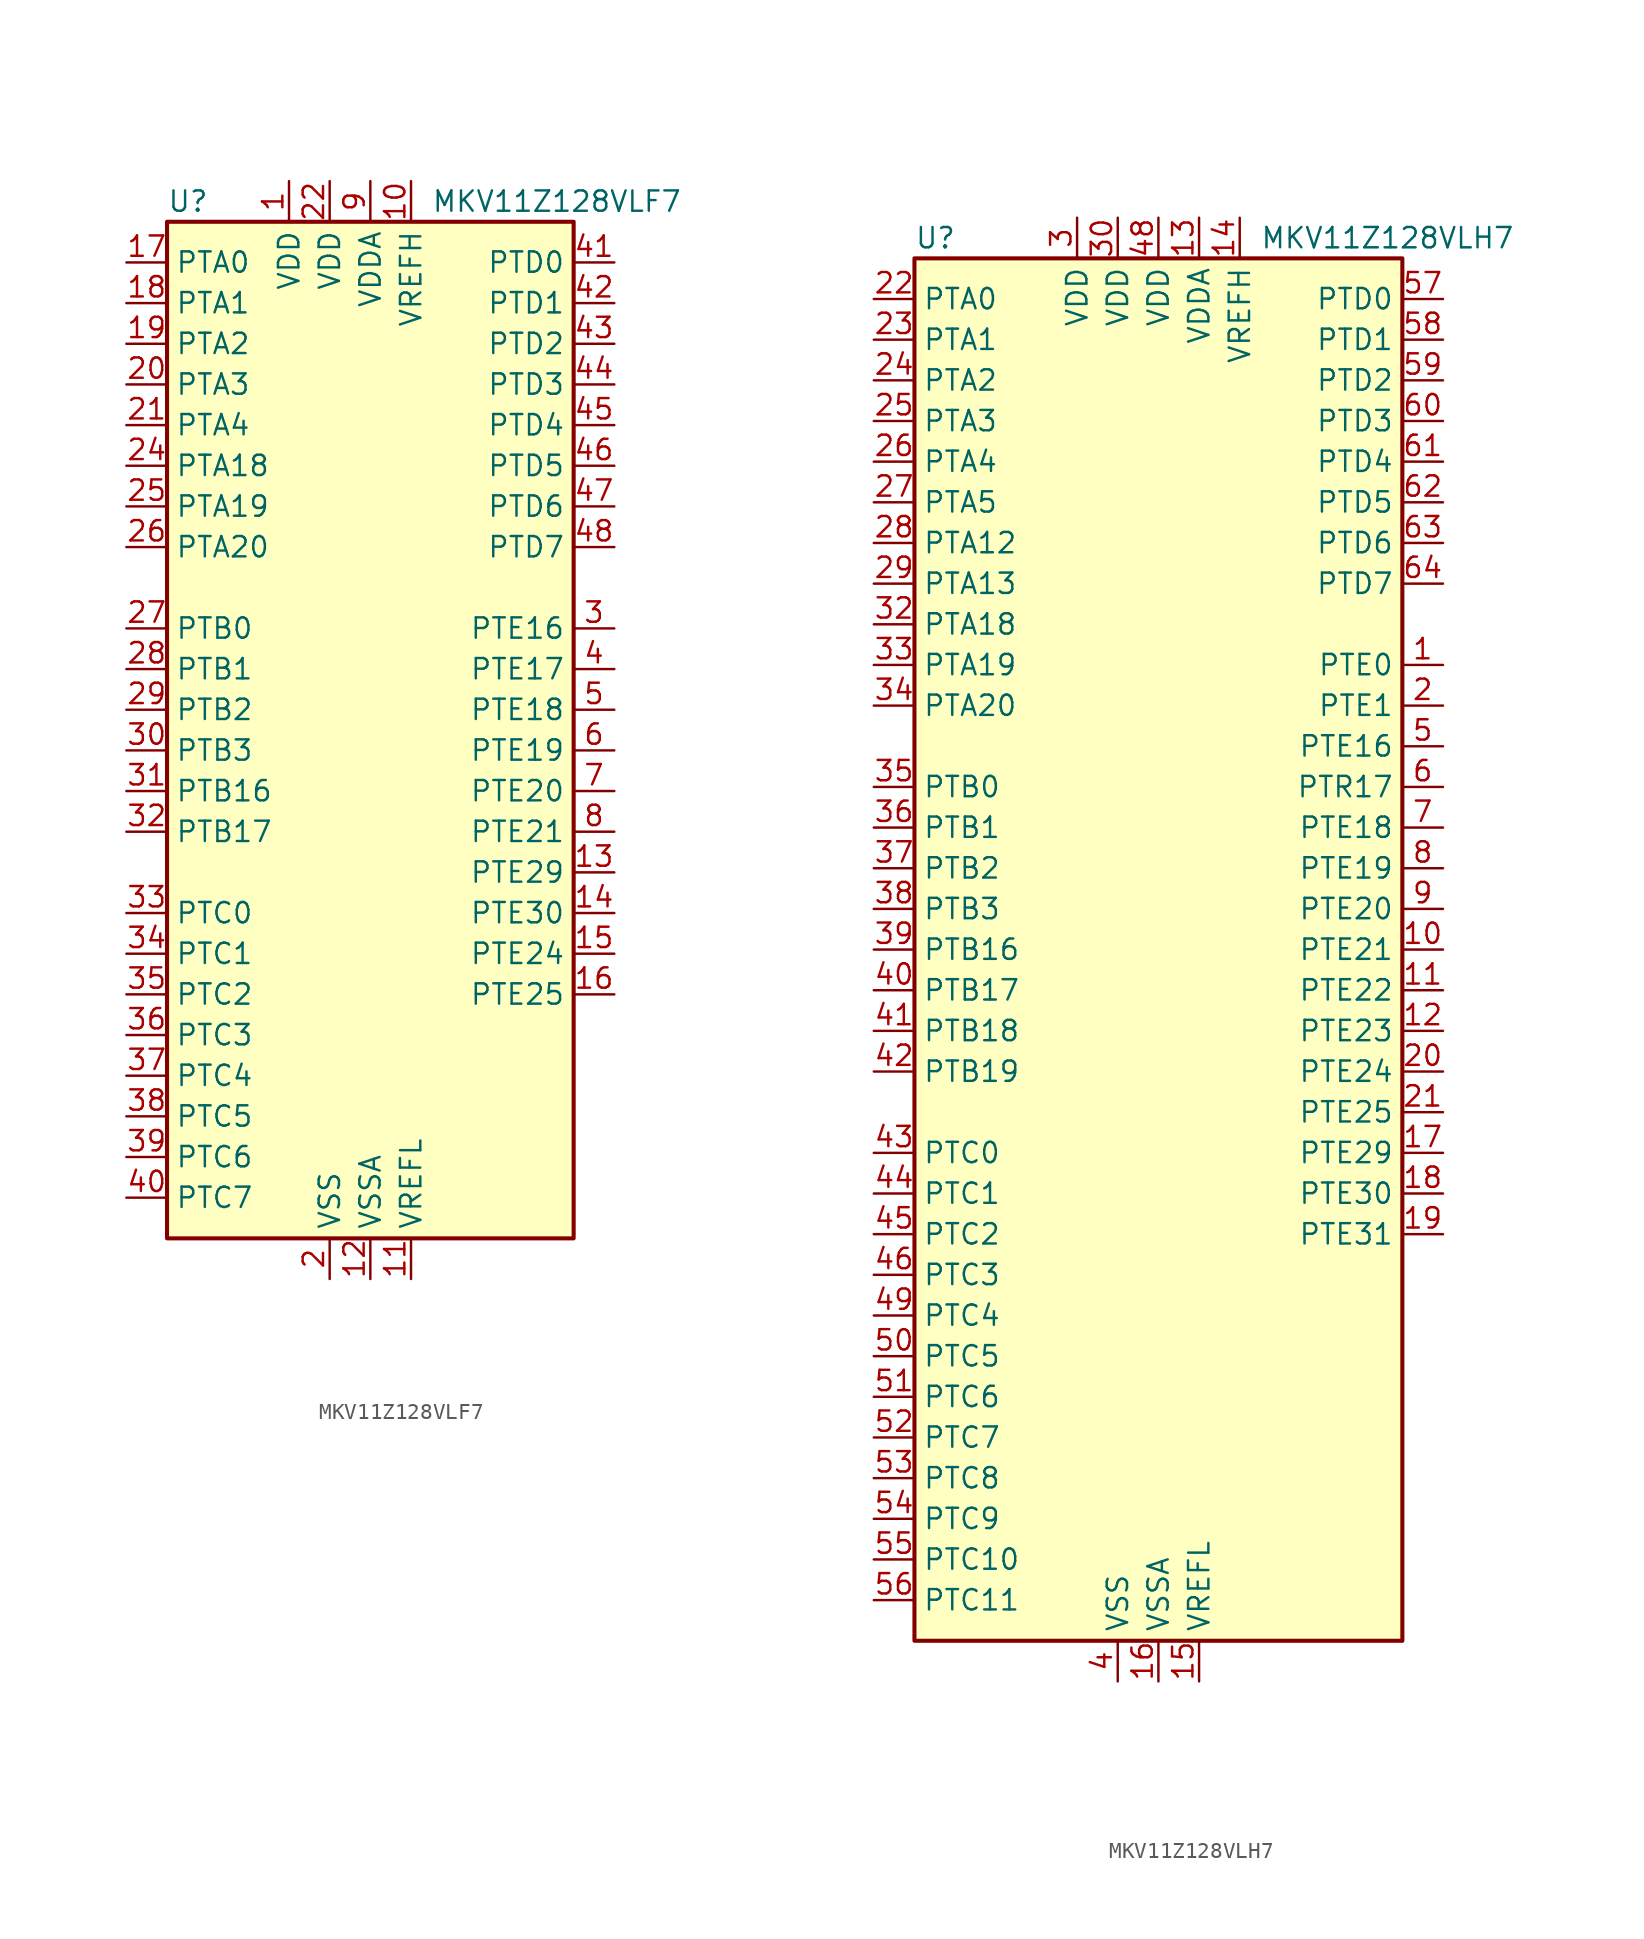
<source format=kicad_sym>
(kicad_symbol_lib
  (version 20211014)
  (generator kicad_symbol_editor)
  (symbol "MKV11Z128VLF7"
    (property "Reference" "U"
      (at -12.7 34.29 0)
      (effects (font (size 1.27 1.27)) (justify left)))
    (property "Value" "MKV11Z128VLF7"
      (at 3.81 34.29 0)
      (effects (font (size 1.27 1.27)) (justify left)))
    (symbol "MKV11Z128VLF7_0_1"
      (rectangle (start -12.7 33.02) (end 12.7 -30.48) (stroke (width 0.254) (type default) (color 0 0 0 0)) (fill (type background))))
    (symbol "MKV11Z128VLF7_1_1"
      (pin power_in line (at -5.08 35.56 270) (length 2.54) (name "VDD" (effects (font (size 1.27 1.27)))) (number "1" (effects (font (size 1.27 1.27)))))
      (pin power_in line (at 2.54 35.56 270) (length 2.54) (name "VREFH" (effects (font (size 1.27 1.27)))) (number "10" (effects (font (size 1.27 1.27)))))
      (pin power_in line (at 2.54 -33.02 90) (length 2.54) (name "VREFL" (effects (font (size 1.27 1.27)))) (number "11" (effects (font (size 1.27 1.27)))))
      (pin power_in line (at 0 -33.02 90) (length 2.54) (name "VSSA" (effects (font (size 1.27 1.27)))) (number "12" (effects (font (size 1.27 1.27)))))
      (pin bidirectional line (at 15.24 -7.62 180) (length 2.54) (name "PTE29" (effects (font (size 1.27 1.27)))) (number "13" (effects (font (size 1.27 1.27)))))
      (pin bidirectional line (at 15.24 -10.16 180) (length 2.54) (name "PTE30" (effects (font (size 1.27 1.27)))) (number "14" (effects (font (size 1.27 1.27)))))
      (pin bidirectional line (at 15.24 -12.7 180) (length 2.54) (name "PTE24" (effects (font (size 1.27 1.27)))) (number "15" (effects (font (size 1.27 1.27)))))
      (pin bidirectional line (at 15.24 -15.24 180) (length 2.54) (name "PTE25" (effects (font (size 1.27 1.27)))) (number "16" (effects (font (size 1.27 1.27)))))
      (pin bidirectional line (at -15.24 30.48 0) (length 2.54) (name "PTA0" (effects (font (size 1.27 1.27)))) (number "17" (effects (font (size 1.27 1.27)))))
      (pin bidirectional line (at -15.24 27.94 0) (length 2.54) (name "PTA1" (effects (font (size 1.27 1.27)))) (number "18" (effects (font (size 1.27 1.27)))))
      (pin bidirectional line (at -15.24 25.4 0) (length 2.54) (name "PTA2" (effects (font (size 1.27 1.27)))) (number "19" (effects (font (size 1.27 1.27)))))
      (pin power_in line (at -2.54 -33.02 90) (length 2.54) (name "VSS" (effects (font (size 1.27 1.27)))) (number "2" (effects (font (size 1.27 1.27)))))
      (pin bidirectional line (at -15.24 22.86 0) (length 2.54) (name "PTA3" (effects (font (size 1.27 1.27)))) (number "20" (effects (font (size 1.27 1.27)))))
      (pin bidirectional line (at -15.24 20.32 0) (length 2.54) (name "PTA4" (effects (font (size 1.27 1.27)))) (number "21" (effects (font (size 1.27 1.27)))))
      (pin power_in line (at -2.54 35.56 270) (length 2.54) (name "VDD" (effects (font (size 1.27 1.27)))) (number "22" (effects (font (size 1.27 1.27)))))
      (pin passive line (at -2.54 -33.02 90) (length 2.54) hide (name "VSS" (effects (font (size 1.27 1.27)))) (number "23" (effects (font (size 1.27 1.27)))))
      (pin bidirectional line (at -15.24 17.78 0) (length 2.54) (name "PTA18" (effects (font (size 1.27 1.27)))) (number "24" (effects (font (size 1.27 1.27)))))
      (pin bidirectional line (at -15.24 15.24 0) (length 2.54) (name "PTA19" (effects (font (size 1.27 1.27)))) (number "25" (effects (font (size 1.27 1.27)))))
      (pin bidirectional line (at -15.24 12.7 0) (length 2.54) (name "PTA20" (effects (font (size 1.27 1.27)))) (number "26" (effects (font (size 1.27 1.27)))))
      (pin bidirectional line (at -15.24 7.62 0) (length 2.54) (name "PTB0" (effects (font (size 1.27 1.27)))) (number "27" (effects (font (size 1.27 1.27)))))
      (pin bidirectional line (at -15.24 5.08 0) (length 2.54) (name "PTB1" (effects (font (size 1.27 1.27)))) (number "28" (effects (font (size 1.27 1.27)))))
      (pin bidirectional line (at -15.24 2.54 0) (length 2.54) (name "PTB2" (effects (font (size 1.27 1.27)))) (number "29" (effects (font (size 1.27 1.27)))))
      (pin bidirectional line (at 15.24 7.62 180) (length 2.54) (name "PTE16" (effects (font (size 1.27 1.27)))) (number "3" (effects (font (size 1.27 1.27)))))
      (pin bidirectional line (at -15.24 0 0) (length 2.54) (name "PTB3" (effects (font (size 1.27 1.27)))) (number "30" (effects (font (size 1.27 1.27)))))
      (pin bidirectional line (at -15.24 -2.54 0) (length 2.54) (name "PTB16" (effects (font (size 1.27 1.27)))) (number "31" (effects (font (size 1.27 1.27)))))
      (pin bidirectional line (at -15.24 -5.08 0) (length 2.54) (name "PTB17" (effects (font (size 1.27 1.27)))) (number "32" (effects (font (size 1.27 1.27)))))
      (pin bidirectional line (at -15.24 -10.16 0) (length 2.54) (name "PTC0" (effects (font (size 1.27 1.27)))) (number "33" (effects (font (size 1.27 1.27)))))
      (pin bidirectional line (at -15.24 -12.7 0) (length 2.54) (name "PTC1" (effects (font (size 1.27 1.27)))) (number "34" (effects (font (size 1.27 1.27)))))
      (pin bidirectional line (at -15.24 -15.24 0) (length 2.54) (name "PTC2" (effects (font (size 1.27 1.27)))) (number "35" (effects (font (size 1.27 1.27)))))
      (pin bidirectional line (at -15.24 -17.78 0) (length 2.54) (name "PTC3" (effects (font (size 1.27 1.27)))) (number "36" (effects (font (size 1.27 1.27)))))
      (pin bidirectional line (at -15.24 -20.32 0) (length 2.54) (name "PTC4" (effects (font (size 1.27 1.27)))) (number "37" (effects (font (size 1.27 1.27)))))
      (pin bidirectional line (at -15.24 -22.86 0) (length 2.54) (name "PTC5" (effects (font (size 1.27 1.27)))) (number "38" (effects (font (size 1.27 1.27)))))
      (pin bidirectional line (at -15.24 -25.4 0) (length 2.54) (name "PTC6" (effects (font (size 1.27 1.27)))) (number "39" (effects (font (size 1.27 1.27)))))
      (pin bidirectional line (at 15.24 5.08 180) (length 2.54) (name "PTE17" (effects (font (size 1.27 1.27)))) (number "4" (effects (font (size 1.27 1.27)))))
      (pin bidirectional line (at -15.24 -27.94 0) (length 2.54) (name "PTC7" (effects (font (size 1.27 1.27)))) (number "40" (effects (font (size 1.27 1.27)))))
      (pin bidirectional line (at 15.24 30.48 180) (length 2.54) (name "PTD0" (effects (font (size 1.27 1.27)))) (number "41" (effects (font (size 1.27 1.27)))))
      (pin bidirectional line (at 15.24 27.94 180) (length 2.54) (name "PTD1" (effects (font (size 1.27 1.27)))) (number "42" (effects (font (size 1.27 1.27)))))
      (pin bidirectional line (at 15.24 25.4 180) (length 2.54) (name "PTD2" (effects (font (size 1.27 1.27)))) (number "43" (effects (font (size 1.27 1.27)))))
      (pin bidirectional line (at 15.24 22.86 180) (length 2.54) (name "PTD3" (effects (font (size 1.27 1.27)))) (number "44" (effects (font (size 1.27 1.27)))))
      (pin bidirectional line (at 15.24 20.32 180) (length 2.54) (name "PTD4" (effects (font (size 1.27 1.27)))) (number "45" (effects (font (size 1.27 1.27)))))
      (pin bidirectional line (at 15.24 17.78 180) (length 2.54) (name "PTD5" (effects (font (size 1.27 1.27)))) (number "46" (effects (font (size 1.27 1.27)))))
      (pin bidirectional line (at 15.24 15.24 180) (length 2.54) (name "PTD6" (effects (font (size 1.27 1.27)))) (number "47" (effects (font (size 1.27 1.27)))))
      (pin bidirectional line (at 15.24 12.7 180) (length 2.54) (name "PTD7" (effects (font (size 1.27 1.27)))) (number "48" (effects (font (size 1.27 1.27)))))
      (pin bidirectional line (at 15.24 2.54 180) (length 2.54) (name "PTE18" (effects (font (size 1.27 1.27)))) (number "5" (effects (font (size 1.27 1.27)))))
      (pin bidirectional line (at 15.24 0 180) (length 2.54) (name "PTE19" (effects (font (size 1.27 1.27)))) (number "6" (effects (font (size 1.27 1.27)))))
      (pin bidirectional line (at 15.24 -2.54 180) (length 2.54) (name "PTE20" (effects (font (size 1.27 1.27)))) (number "7" (effects (font (size 1.27 1.27)))))
      (pin bidirectional line (at 15.24 -5.08 180) (length 2.54) (name "PTE21" (effects (font (size 1.27 1.27)))) (number "8" (effects (font (size 1.27 1.27)))))
      (pin power_in line (at 0 35.56 270) (length 2.54) (name "VDDA" (effects (font (size 1.27 1.27)))) (number "9" (effects (font (size 1.27 1.27)))))))
  (symbol "MKV11Z128VLH7"
    (property "Reference" "U"
      (at -15.24 44.45 0)
      (effects (font (size 1.27 1.27)) (justify left)))
    (property "Value" "MKV11Z128VLH7"
      (at 6.35 44.45 0)
      (effects (font (size 1.27 1.27)) (justify left)))
    (symbol "MKV11Z128VLH7_0_1"
      (rectangle (start -15.24 43.18) (end 15.24 -43.18) (stroke (width 0.254) (type default) (color 0 0 0 0)) (fill (type background))))
    (symbol "MKV11Z128VLH7_1_1"
      (pin bidirectional line (at 17.78 17.78 180) (length 2.54) (name "PTE0" (effects (font (size 1.27 1.27)))) (number "1" (effects (font (size 1.27 1.27)))))
      (pin bidirectional line (at 17.78 0 180) (length 2.54) (name "PTE21" (effects (font (size 1.27 1.27)))) (number "10" (effects (font (size 1.27 1.27)))))
      (pin bidirectional line (at 17.78 -2.54 180) (length 2.54) (name "PTE22" (effects (font (size 1.27 1.27)))) (number "11" (effects (font (size 1.27 1.27)))))
      (pin bidirectional line (at 17.78 -5.08 180) (length 2.54) (name "PTE23" (effects (font (size 1.27 1.27)))) (number "12" (effects (font (size 1.27 1.27)))))
      (pin power_in line (at 2.54 45.72 270) (length 2.54) (name "VDDA" (effects (font (size 1.27 1.27)))) (number "13" (effects (font (size 1.27 1.27)))))
      (pin power_in line (at 5.08 45.72 270) (length 2.54) (name "VREFH" (effects (font (size 1.27 1.27)))) (number "14" (effects (font (size 1.27 1.27)))))
      (pin power_in line (at 2.54 -45.72 90) (length 2.54) (name "VREFL" (effects (font (size 1.27 1.27)))) (number "15" (effects (font (size 1.27 1.27)))))
      (pin power_in line (at 0 -45.72 90) (length 2.54) (name "VSSA" (effects (font (size 1.27 1.27)))) (number "16" (effects (font (size 1.27 1.27)))))
      (pin bidirectional line (at 17.78 -12.7 180) (length 2.54) (name "PTE29" (effects (font (size 1.27 1.27)))) (number "17" (effects (font (size 1.27 1.27)))))
      (pin bidirectional line (at 17.78 -15.24 180) (length 2.54) (name "PTE30" (effects (font (size 1.27 1.27)))) (number "18" (effects (font (size 1.27 1.27)))))
      (pin bidirectional line (at 17.78 -17.78 180) (length 2.54) (name "PTE31" (effects (font (size 1.27 1.27)))) (number "19" (effects (font (size 1.27 1.27)))))
      (pin bidirectional line (at 17.78 15.24 180) (length 2.54) (name "PTE1" (effects (font (size 1.27 1.27)))) (number "2" (effects (font (size 1.27 1.27)))))
      (pin bidirectional line (at 17.78 -7.62 180) (length 2.54) (name "PTE24" (effects (font (size 1.27 1.27)))) (number "20" (effects (font (size 1.27 1.27)))))
      (pin bidirectional line (at 17.78 -10.16 180) (length 2.54) (name "PTE25" (effects (font (size 1.27 1.27)))) (number "21" (effects (font (size 1.27 1.27)))))
      (pin bidirectional line (at -17.78 40.64 0) (length 2.54) (name "PTA0" (effects (font (size 1.27 1.27)))) (number "22" (effects (font (size 1.27 1.27)))))
      (pin bidirectional line (at -17.78 38.1 0) (length 2.54) (name "PTA1" (effects (font (size 1.27 1.27)))) (number "23" (effects (font (size 1.27 1.27)))))
      (pin bidirectional line (at -17.78 35.56 0) (length 2.54) (name "PTA2" (effects (font (size 1.27 1.27)))) (number "24" (effects (font (size 1.27 1.27)))))
      (pin bidirectional line (at -17.78 33.02 0) (length 2.54) (name "PTA3" (effects (font (size 1.27 1.27)))) (number "25" (effects (font (size 1.27 1.27)))))
      (pin bidirectional line (at -17.78 30.48 0) (length 2.54) (name "PTA4" (effects (font (size 1.27 1.27)))) (number "26" (effects (font (size 1.27 1.27)))))
      (pin bidirectional line (at -17.78 27.94 0) (length 2.54) (name "PTA5" (effects (font (size 1.27 1.27)))) (number "27" (effects (font (size 1.27 1.27)))))
      (pin bidirectional line (at -17.78 25.4 0) (length 2.54) (name "PTA12" (effects (font (size 1.27 1.27)))) (number "28" (effects (font (size 1.27 1.27)))))
      (pin bidirectional line (at -17.78 22.86 0) (length 2.54) (name "PTA13" (effects (font (size 1.27 1.27)))) (number "29" (effects (font (size 1.27 1.27)))))
      (pin power_in line (at -5.08 45.72 270) (length 2.54) (name "VDD" (effects (font (size 1.27 1.27)))) (number "3" (effects (font (size 1.27 1.27)))))
      (pin power_in line (at -2.54 45.72 270) (length 2.54) (name "VDD" (effects (font (size 1.27 1.27)))) (number "30" (effects (font (size 1.27 1.27)))))
      (pin passive line (at -2.54 -45.72 90) (length 2.54) hide (name "VSS" (effects (font (size 1.27 1.27)))) (number "31" (effects (font (size 1.27 1.27)))))
      (pin bidirectional line (at -17.78 20.32 0) (length 2.54) (name "PTA18" (effects (font (size 1.27 1.27)))) (number "32" (effects (font (size 1.27 1.27)))))
      (pin bidirectional line (at -17.78 17.78 0) (length 2.54) (name "PTA19" (effects (font (size 1.27 1.27)))) (number "33" (effects (font (size 1.27 1.27)))))
      (pin bidirectional line (at -17.78 15.24 0) (length 2.54) (name "PTA20" (effects (font (size 1.27 1.27)))) (number "34" (effects (font (size 1.27 1.27)))))
      (pin bidirectional line (at -17.78 10.16 0) (length 2.54) (name "PTB0" (effects (font (size 1.27 1.27)))) (number "35" (effects (font (size 1.27 1.27)))))
      (pin bidirectional line (at -17.78 7.62 0) (length 2.54) (name "PTB1" (effects (font (size 1.27 1.27)))) (number "36" (effects (font (size 1.27 1.27)))))
      (pin bidirectional line (at -17.78 5.08 0) (length 2.54) (name "PTB2" (effects (font (size 1.27 1.27)))) (number "37" (effects (font (size 1.27 1.27)))))
      (pin bidirectional line (at -17.78 2.54 0) (length 2.54) (name "PTB3" (effects (font (size 1.27 1.27)))) (number "38" (effects (font (size 1.27 1.27)))))
      (pin bidirectional line (at -17.78 0 0) (length 2.54) (name "PTB16" (effects (font (size 1.27 1.27)))) (number "39" (effects (font (size 1.27 1.27)))))
      (pin power_in line (at -2.54 -45.72 90) (length 2.54) (name "VSS" (effects (font (size 1.27 1.27)))) (number "4" (effects (font (size 1.27 1.27)))))
      (pin bidirectional line (at -17.78 -2.54 0) (length 2.54) (name "PTB17" (effects (font (size 1.27 1.27)))) (number "40" (effects (font (size 1.27 1.27)))))
      (pin bidirectional line (at -17.78 -5.08 0) (length 2.54) (name "PTB18" (effects (font (size 1.27 1.27)))) (number "41" (effects (font (size 1.27 1.27)))))
      (pin bidirectional line (at -17.78 -7.62 0) (length 2.54) (name "PTB19" (effects (font (size 1.27 1.27)))) (number "42" (effects (font (size 1.27 1.27)))))
      (pin bidirectional line (at -17.78 -12.7 0) (length 2.54) (name "PTC0" (effects (font (size 1.27 1.27)))) (number "43" (effects (font (size 1.27 1.27)))))
      (pin bidirectional line (at -17.78 -15.24 0) (length 2.54) (name "PTC1" (effects (font (size 1.27 1.27)))) (number "44" (effects (font (size 1.27 1.27)))))
      (pin bidirectional line (at -17.78 -17.78 0) (length 2.54) (name "PTC2" (effects (font (size 1.27 1.27)))) (number "45" (effects (font (size 1.27 1.27)))))
      (pin bidirectional line (at -17.78 -20.32 0) (length 2.54) (name "PTC3" (effects (font (size 1.27 1.27)))) (number "46" (effects (font (size 1.27 1.27)))))
      (pin passive line (at -2.54 -45.72 90) (length 2.54) hide (name "VSS" (effects (font (size 1.27 1.27)))) (number "47" (effects (font (size 1.27 1.27)))))
      (pin power_in line (at 0 45.72 270) (length 2.54) (name "VDD" (effects (font (size 1.27 1.27)))) (number "48" (effects (font (size 1.27 1.27)))))
      (pin bidirectional line (at -17.78 -22.86 0) (length 2.54) (name "PTC4" (effects (font (size 1.27 1.27)))) (number "49" (effects (font (size 1.27 1.27)))))
      (pin bidirectional line (at 17.78 12.7 180) (length 2.54) (name "PTE16" (effects (font (size 1.27 1.27)))) (number "5" (effects (font (size 1.27 1.27)))))
      (pin bidirectional line (at -17.78 -25.4 0) (length 2.54) (name "PTC5" (effects (font (size 1.27 1.27)))) (number "50" (effects (font (size 1.27 1.27)))))
      (pin bidirectional line (at -17.78 -27.94 0) (length 2.54) (name "PTC6" (effects (font (size 1.27 1.27)))) (number "51" (effects (font (size 1.27 1.27)))))
      (pin bidirectional line (at -17.78 -30.48 0) (length 2.54) (name "PTC7" (effects (font (size 1.27 1.27)))) (number "52" (effects (font (size 1.27 1.27)))))
      (pin bidirectional line (at -17.78 -33.02 0) (length 2.54) (name "PTC8" (effects (font (size 1.27 1.27)))) (number "53" (effects (font (size 1.27 1.27)))))
      (pin bidirectional line (at -17.78 -35.56 0) (length 2.54) (name "PTC9" (effects (font (size 1.27 1.27)))) (number "54" (effects (font (size 1.27 1.27)))))
      (pin bidirectional line (at -17.78 -38.1 0) (length 2.54) (name "PTC10" (effects (font (size 1.27 1.27)))) (number "55" (effects (font (size 1.27 1.27)))))
      (pin bidirectional line (at -17.78 -40.64 0) (length 2.54) (name "PTC11" (effects (font (size 1.27 1.27)))) (number "56" (effects (font (size 1.27 1.27)))))
      (pin bidirectional line (at 17.78 40.64 180) (length 2.54) (name "PTD0" (effects (font (size 1.27 1.27)))) (number "57" (effects (font (size 1.27 1.27)))))
      (pin bidirectional line (at 17.78 38.1 180) (length 2.54) (name "PTD1" (effects (font (size 1.27 1.27)))) (number "58" (effects (font (size 1.27 1.27)))))
      (pin bidirectional line (at 17.78 35.56 180) (length 2.54) (name "PTD2" (effects (font (size 1.27 1.27)))) (number "59" (effects (font (size 1.27 1.27)))))
      (pin bidirectional line (at 17.78 10.16 180) (length 2.54) (name "PTR17" (effects (font (size 1.27 1.27)))) (number "6" (effects (font (size 1.27 1.27)))))
      (pin bidirectional line (at 17.78 33.02 180) (length 2.54) (name "PTD3" (effects (font (size 1.27 1.27)))) (number "60" (effects (font (size 1.27 1.27)))))
      (pin bidirectional line (at 17.78 30.48 180) (length 2.54) (name "PTD4" (effects (font (size 1.27 1.27)))) (number "61" (effects (font (size 1.27 1.27)))))
      (pin bidirectional line (at 17.78 27.94 180) (length 2.54) (name "PTD5" (effects (font (size 1.27 1.27)))) (number "62" (effects (font (size 1.27 1.27)))))
      (pin bidirectional line (at 17.78 25.4 180) (length 2.54) (name "PTD6" (effects (font (size 1.27 1.27)))) (number "63" (effects (font (size 1.27 1.27)))))
      (pin bidirectional line (at 17.78 22.86 180) (length 2.54) (name "PTD7" (effects (font (size 1.27 1.27)))) (number "64" (effects (font (size 1.27 1.27)))))
      (pin bidirectional line (at 17.78 7.62 180) (length 2.54) (name "PTE18" (effects (font (size 1.27 1.27)))) (number "7" (effects (font (size 1.27 1.27)))))
      (pin bidirectional line (at 17.78 5.08 180) (length 2.54) (name "PTE19" (effects (font (size 1.27 1.27)))) (number "8" (effects (font (size 1.27 1.27)))))
      (pin bidirectional line (at 17.78 2.54 180) (length 2.54) (name "PTE20" (effects (font (size 1.27 1.27)))) (number "9" (effects (font (size 1.27 1.27))))))))
</source>
